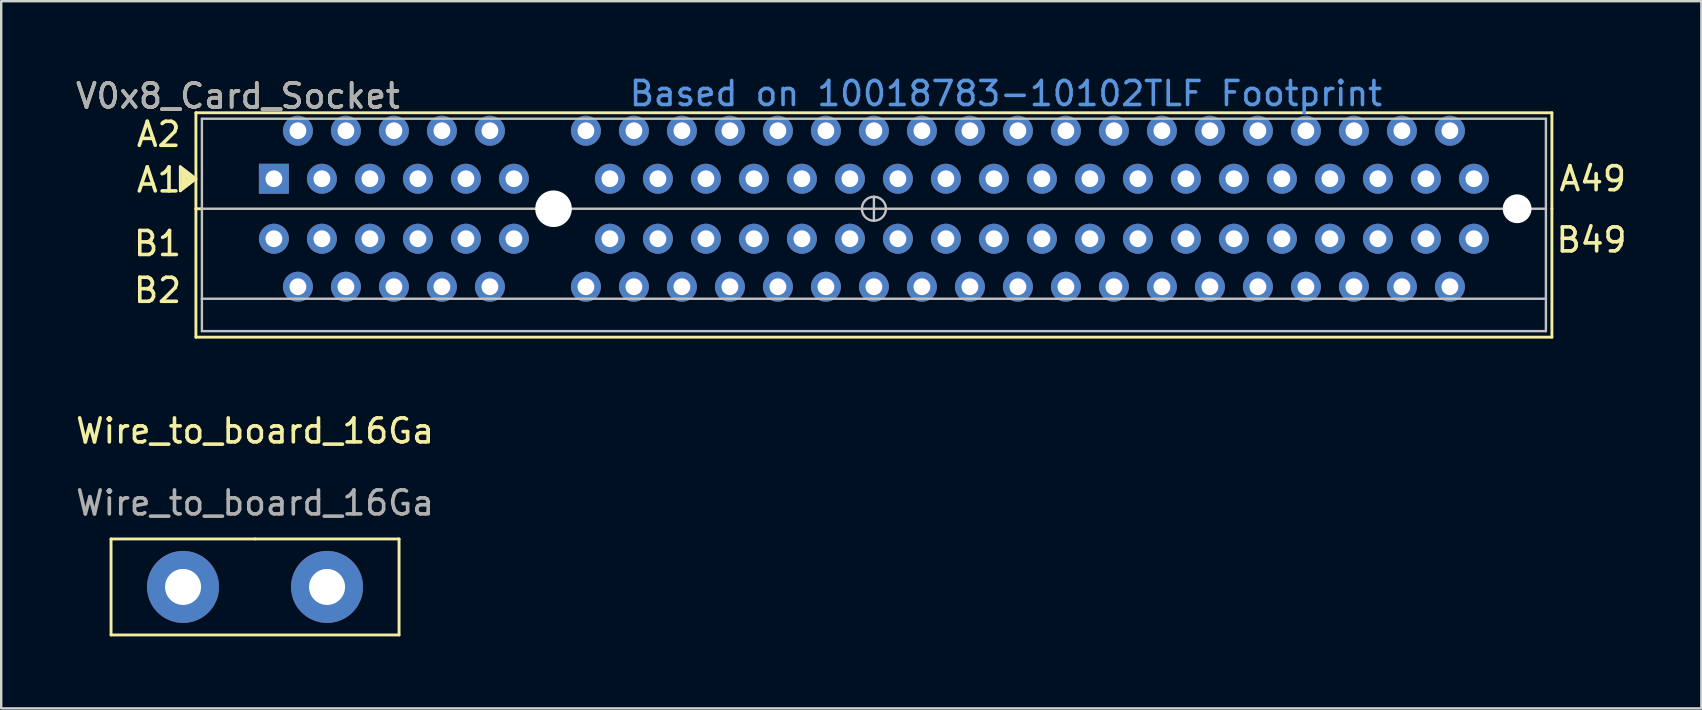
<source format=kicad_pcb>
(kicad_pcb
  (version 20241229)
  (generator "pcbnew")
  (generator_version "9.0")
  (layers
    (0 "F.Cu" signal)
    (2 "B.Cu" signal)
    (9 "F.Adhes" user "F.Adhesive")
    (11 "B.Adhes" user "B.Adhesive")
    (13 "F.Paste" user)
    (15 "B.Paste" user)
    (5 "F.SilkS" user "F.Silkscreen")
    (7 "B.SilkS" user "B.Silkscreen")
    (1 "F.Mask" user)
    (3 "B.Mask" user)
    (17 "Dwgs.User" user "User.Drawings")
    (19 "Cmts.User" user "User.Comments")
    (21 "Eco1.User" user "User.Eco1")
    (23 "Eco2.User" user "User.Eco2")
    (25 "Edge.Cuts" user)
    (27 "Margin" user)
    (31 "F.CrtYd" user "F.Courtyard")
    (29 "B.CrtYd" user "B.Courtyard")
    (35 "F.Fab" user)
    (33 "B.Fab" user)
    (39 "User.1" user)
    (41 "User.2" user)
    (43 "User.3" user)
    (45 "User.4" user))
  (footprint "V0x8_Card_Socket"
    (layer "F.Cu")
    (at 20.013 5.648)
    (property "Reference" "V0x8_Card_Socket" (at -13.15 -4.7 0) (unlocked yes) (layer "F.SilkS") (effects (font (size 1 1) (thickness 0.15))))
    (attr through_hole)
    (fp_line (start -15.55 -1.75) (end -15.55 -0.75) (stroke (width 0.12) (type solid)) (layer "F.SilkS"))
    (fp_line (start -15.55 -0.75) (end -14.9 -1.25) (stroke (width 0.12) (type solid)) (layer "F.SilkS"))
    (fp_line (start -15.45 -1.6) (end -15.05 -1.25) (stroke (width 0.12) (type solid)) (layer "F.SilkS"))
    (fp_line (start -15.45 -0.95) (end -15.45 -1.6) (stroke (width 0.12) (type solid)) (layer "F.SilkS"))
    (fp_line (start -15.45 -0.85) (end -15.35 -1.45) (stroke (width 0.12) (type solid)) (layer "F.SilkS"))
    (fp_line (start -15.35 -1.45) (end -15.2 -1.25) (stroke (width 0.12) (type solid)) (layer "F.SilkS"))
    (fp_line (start -15.35 -1.15) (end -15.35 -1.3) (stroke (width 0.12) (type solid)) (layer "F.SilkS"))
    (fp_line (start -15.2 -1.25) (end -15.35 -1.15) (stroke (width 0.12) (type solid)) (layer "F.SilkS"))
    (fp_line (start -15.05 -1.25) (end -15.45 -0.95) (stroke (width 0.12) (type solid)) (layer "F.SilkS"))
    (fp_line (start -14.9 -1.25) (end -15.55 -1.75) (stroke (width 0.12) (type solid)) (layer "F.SilkS"))
    (fp_line (start -14.9 0) (end -14.9 -4) (stroke (width 0.12) (type solid)) (layer "F.SilkS"))
    (fp_line (start -14.9 0) (end -14.9 5.35) (stroke (width 0.12) (type solid)) (layer "F.SilkS"))
    (fp_line (start -14.9 5.35) (end 41.6 5.35) (stroke (width 0.12) (type solid)) (layer "F.SilkS"))
    (fp_line (start -14.65 0) (end -14.9 0) (stroke (width 0.12) (type solid)) (layer "F.SilkS"))
    (fp_line (start 41.6 -4) (end -14.9 -4) (stroke (width 0.12) (type solid)) (layer "F.SilkS"))
    (fp_line (start 41.6 0) (end 41.6 -4) (stroke (width 0.12) (type solid)) (layer "F.SilkS"))
    (fp_line (start 41.6 5.35) (end 41.6 0) (stroke (width 0.12) (type solid)) (layer "F.SilkS"))
    (fp_line (start -14.65 -3.75) (end -14.65 0) (stroke (width 0.1) (type solid)) (layer "Dwgs.User"))
    (fp_line (start -14.65 0) (end -14.65 3.75) (stroke (width 0.1) (type solid)) (layer "Dwgs.User"))
    (fp_line (start -14.65 3.75) (end -14.65 5.1) (stroke (width 0.1) (type solid)) (layer "Dwgs.User"))
    (fp_line (start -14.65 3.75) (end 41.35 3.75) (stroke (width 0.1) (type solid)) (layer "Dwgs.User"))
    (fp_line (start -14.65 5.1) (end 41.35 5.1) (stroke (width 0.1) (type solid)) (layer "Dwgs.User"))
    (fp_line (start -0.15 0) (end -14.65 0) (stroke (width 0.1) (type solid)) (layer "Dwgs.User"))
    (fp_line (start -0.15 0) (end 41.35 0) (stroke (width 0.1) (type solid)) (layer "Dwgs.User"))
    (fp_line (start 13.35 0) (end 13.35 -0.5) (stroke (width 0.1) (type solid)) (layer "Dwgs.User"))
    (fp_line (start 13.35 0) (end 13.35 0.5) (stroke (width 0.1) (type solid)) (layer "Dwgs.User"))
    (fp_line (start 41.35 -3.75) (end -14.65 -3.75) (stroke (width 0.1) (type solid)) (layer "Dwgs.User"))
    (fp_line (start 41.35 0) (end 41.35 -3.75) (stroke (width 0.1) (type solid)) (layer "Dwgs.User"))
    (fp_line (start 41.35 3.75) (end 41.35 0) (stroke (width 0.1) (type solid)) (layer "Dwgs.User"))
    (fp_line (start 41.35 5.1) (end 41.35 3.75) (stroke (width 0.1) (type solid)) (layer "Dwgs.User"))
    (fp_circle (center 13.35 0) (end 13.85 0) (stroke (width 0.1) (type solid)) (fill no) (layer "Dwgs.User"))
    (fp_text user "A2" (at -16.45 -3.1 0) (unlocked yes) (layer "F.SilkS") (effects (font (size 1 1) (thickness 0.15))))
    (fp_text user "B2" (at -16.5 3.4 0) (unlocked yes) (layer "F.SilkS") (effects (font (size 1 1) (thickness 0.15))))
    (fp_text user "A1" (at -16.45 -1.2 0) (unlocked yes) (layer "F.SilkS") (effects (font (size 1 1) (thickness 0.15))))
    (fp_text user "A49" (at 43.3 -1.25 0) (unlocked yes) (layer "F.SilkS") (effects (font (size 1 1) (thickness 0.15))))
    (fp_text user "B49" (at 43.25 1.3 0) (unlocked yes) (layer "F.SilkS") (effects (font (size 1 1) (thickness 0.15))))
    (fp_text user "B1" (at -16.5 1.45 0) (unlocked yes) (layer "F.SilkS") (effects (font (size 1 1) (thickness 0.15))))
    (fp_text user "Based on 10018783-10102TLF Footprint" (at 18.85 -4.8 0) (unlocked yes) (layer "Cmts.User") (effects (font (size 1 1) (thickness 0.15))))
    (fp_text user "${REFERENCE}" (at -13.15 -4.7 0) (unlocked yes) (layer "F.Fab") (effects (font (size 1 1) (thickness 0.15))))
    (pad "" np_thru_hole circle (at 0 0) (size 1.524 1.524) (drill 2.35) (layers "*.Cu" "*.Mask"))
    (pad "" np_thru_hole circle (at 40.15 0) (size 1.2 1.2) (drill 2.35) (layers "*.Cu" "*.Mask"))
    (pad "+5V" thru_hole circle (at -3.65 1.25) (size 1.25 1.25) (drill 0.7) (layers "*.Cu" "*.Mask"))
    (pad "+5V" thru_hole circle (at -2.65 -3.25) (size 1.25 1.25) (drill 0.7) (layers "*.Cu" "*.Mask"))
    (pad "+5V" thru_hole circle (at -2.65 3.25) (size 1.25 1.25) (drill 0.7) (layers "*.Cu" "*.Mask"))
    (pad "+5V" thru_hole circle (at -1.65 -1.25) (size 1.25 1.25) (drill 0.7) (layers "*.Cu" "*.Mask"))
    (pad "+5V" thru_hole circle (at -1.65 1.25) (size 1.25 1.25) (drill 0.7) (layers "*.Cu" "*.Mask"))
    (pad "+12V" thru_hole rect (at -11.65 -1.25) (size 1.25 1.25) (drill 0.7) (layers "*.Cu" "*.Mask"))
    (pad "+12V" thru_hole circle (at -11.65 1.25) (size 1.25 1.25) (drill 0.7) (layers "*.Cu" "*.Mask"))
    (pad "+12V" thru_hole circle (at -10.65 -3.25) (size 1.25 1.25) (drill 0.7) (layers "*.Cu" "*.Mask"))
    (pad "+12V" thru_hole circle (at -10.65 3.25) (size 1.25 1.25) (drill 0.7) (layers "*.Cu" "*.Mask"))
    (pad "+12V" thru_hole circle (at -9.65 -1.25) (size 1.25 1.25) (drill 0.7) (layers "*.Cu" "*.Mask"))
    (pad "+12V" thru_hole circle (at -9.65 1.25) (size 1.25 1.25) (drill 0.7) (layers "*.Cu" "*.Mask"))
    (pad "3" thru_hole circle (at -7.65 1.25) (size 1.25 1.25) (drill 0.7) (layers "*.Cu" "*.Mask"))
    (pad "4" thru_hole circle (at -6.65 3.25) (size 1.25 1.25) (drill 0.7) (layers "*.Cu" "*.Mask"))
    (pad "5" thru_hole circle (at -5.65 -1.25) (size 1.25 1.25) (drill 0.7) (layers "*.Cu" "*.Mask"))
    (pad "6" thru_hole circle (at -4.65 -3.25) (size 1.25 1.25) (drill 0.7) (layers "*.Cu" "*.Mask"))
    (pad "7" thru_hole circle (at 19.35 3.25) (size 1.25 1.25) (drill 0.7) (layers "*.Cu" "*.Mask"))
    (pad "8" thru_hole circle (at 20.35 1.25) (size 1.25 1.25) (drill 0.7) (layers "*.Cu" "*.Mask"))
    (pad "9" thru_hole circle (at 6.35 1.25) (size 1.25 1.25) (drill 0.7) (layers "*.Cu" "*.Mask"))
    (pad "10" thru_hole circle (at 2.35 -1.25) (size 1.25 1.25) (drill 0.7) (layers "*.Cu" "*.Mask"))
    (pad "11" thru_hole circle (at 3.35 -3.25) (size 1.25 1.25) (drill 0.7) (layers "*.Cu" "*.Mask"))
    (pad "12" thru_hole circle (at 3.35 3.25) (size 1.25 1.25) (drill 0.7) (layers "*.Cu" "*.Mask"))
    (pad "13" thru_hole circle (at 4.35 1.25) (size 1.25 1.25) (drill 0.7) (layers "*.Cu" "*.Mask"))
    (pad "14" thru_hole circle (at 5.35 -3.25) (size 1.25 1.25) (drill 0.7) (layers "*.Cu" "*.Mask"))
    (pad "15" thru_hole circle (at 6.35 -1.25) (size 1.25 1.25) (drill 0.7) (layers "*.Cu" "*.Mask"))
    (pad "16" thru_hole circle (at 8.35 1.25) (size 1.25 1.25) (drill 0.7) (layers "*.Cu" "*.Mask"))
    (pad "17" thru_hole circle (at 9.35 3.25) (size 1.25 1.25) (drill 0.7) (layers "*.Cu" "*.Mask"))
    (pad "18" thru_hole circle (at 10.35 -1.25) (size 1.25 1.25) (drill 0.7) (layers "*.Cu" "*.Mask"))
    (pad "19" thru_hole circle (at 11.35 -3.25) (size 1.25 1.25) (drill 0.7) (layers "*.Cu" "*.Mask"))
    (pad "20" thru_hole circle (at 12.35 1.25) (size 1.25 1.25) (drill 0.7) (layers "*.Cu" "*.Mask"))
    (pad "21" thru_hole circle (at 13.35 3.25) (size 1.25 1.25) (drill 0.7) (layers "*.Cu" "*.Mask"))
    (pad "22" thru_hole circle (at 14.35 -1.25) (size 1.25 1.25) (drill 0.7) (layers "*.Cu" "*.Mask"))
    (pad "23" thru_hole circle (at 15.35 -3.25) (size 1.25 1.25) (drill 0.7) (layers "*.Cu" "*.Mask"))
    (pad "24" thru_hole circle (at 16.35 1.25) (size 1.25 1.25) (drill 0.7) (layers "*.Cu" "*.Mask"))
    (pad "25" thru_hole circle (at 17.35 3.25) (size 1.25 1.25) (drill 0.7) (layers "*.Cu" "*.Mask"))
    (pad "26" thru_hole circle (at 18.35 -1.25) (size 1.25 1.25) (drill 0.7) (layers "*.Cu" "*.Mask"))
    (pad "27" thru_hole circle (at 19.35 -3.25) (size 1.25 1.25) (drill 0.7) (layers "*.Cu" "*.Mask"))
    (pad "28" thru_hole circle (at 22.35 1.25) (size 1.25 1.25) (drill 0.7) (layers "*.Cu" "*.Mask"))
    (pad "29" thru_hole circle (at 23.35 3.25) (size 1.25 1.25) (drill 0.7) (layers "*.Cu" "*.Mask"))
    (pad "30" thru_hole circle (at 24.35 -1.25) (size 1.25 1.25) (drill 0.7) (layers "*.Cu" "*.Mask"))
    (pad "31" thru_hole circle (at 25.35 -3.25) (size 1.25 1.25) (drill 0.7) (layers "*.Cu" "*.Mask"))
    (pad "32" thru_hole circle (at 26.35 1.25) (size 1.25 1.25) (drill 0.7) (layers "*.Cu" "*.Mask"))
    (pad "33" thru_hole circle (at 27.35 3.25) (size 1.25 1.25) (drill 0.7) (layers "*.Cu" "*.Mask"))
    (pad "34" thru_hole circle (at 28.35 -1.25) (size 1.25 1.25) (drill 0.7) (layers "*.Cu" "*.Mask"))
    (pad "35" thru_hole circle (at 29.35 -3.25) (size 1.25 1.25) (drill 0.7) (layers "*.Cu" "*.Mask"))
    (pad "36" thru_hole circle (at 30.35 1.25) (size 1.25 1.25) (drill 0.7) (layers "*.Cu" "*.Mask"))
    (pad "37" thru_hole circle (at 31.35 3.25) (size 1.25 1.25) (drill 0.7) (layers "*.Cu" "*.Mask"))
    (pad "38" thru_hole circle (at 32.35 -1.25) (size 1.25 1.25) (drill 0.7) (layers "*.Cu" "*.Mask"))
    (pad "39" thru_hole circle (at 33.35 -3.25) (size 1.25 1.25) (drill 0.7) (layers "*.Cu" "*.Mask"))
    (pad "40" thru_hole circle (at 34.35 1.25) (size 1.25 1.25) (drill 0.7) (layers "*.Cu" "*.Mask"))
    (pad "41" thru_hole circle (at 35.35 3.25) (size 1.25 1.25) (drill 0.7) (layers "*.Cu" "*.Mask"))
    (pad "42" thru_hole circle (at 36.35 -1.25) (size 1.25 1.25) (drill 0.7) (layers "*.Cu" "*.Mask"))
    (pad "43" thru_hole circle (at 37.35 -3.25) (size 1.25 1.25) (drill 0.7) (layers "*.Cu" "*.Mask"))
    (pad "GND" thru_hole circle (at -8.65 -3.25) (size 1.25 1.25) (drill 0.7) (layers "*.Cu" "*.Mask"))
    (pad "GND" thru_hole circle (at -8.65 3.25) (size 1.25 1.25) (drill 0.7) (layers "*.Cu" "*.Mask"))
    (pad "GND" thru_hole circle (at -7.65 -1.25) (size 1.25 1.25) (drill 0.7) (layers "*.Cu" "*.Mask"))
    (pad "GND" thru_hole circle (at -6.65 -3.25) (size 1.25 1.25) (drill 0.7) (layers "*.Cu" "*.Mask"))
    (pad "GND" thru_hole circle (at -5.65 1.25) (size 1.25 1.25) (drill 0.7) (layers "*.Cu" "*.Mask"))
    (pad "GND" thru_hole circle (at -4.65 3.25) (size 1.25 1.25) (drill 0.7) (layers "*.Cu" "*.Mask"))
    (pad "GND" thru_hole circle (at -3.65 -1.25) (size 1.25 1.25) (drill 0.7) (layers "*.Cu" "*.Mask"))
    (pad "GND" thru_hole circle (at 1.35 -3.25) (size 1.25 1.25) (drill 0.7) (layers "*.Cu" "*.Mask"))
    (pad "GND" thru_hole circle (at 2.35 1.25) (size 1.25 1.25) (drill 0.7) (layers "*.Cu" "*.Mask"))
    (pad "GND" thru_hole circle (at 4.35 -1.25) (size 1.25 1.25) (drill 0.7) (layers "*.Cu" "*.Mask"))
    (pad "GND" thru_hole circle (at 5.35 3.25) (size 1.25 1.25) (drill 0.7) (layers "*.Cu" "*.Mask"))
    (pad "GND" thru_hole circle (at 7.35 -3.25) (size 1.25 1.25) (drill 0.7) (layers "*.Cu" "*.Mask"))
    (pad "GND" thru_hole circle (at 7.35 3.25) (size 1.25 1.25) (drill 0.7) (layers "*.Cu" "*.Mask"))
    (pad "GND" thru_hole circle (at 8.35 -1.25) (size 1.25 1.25) (drill 0.7) (layers "*.Cu" "*.Mask"))
    (pad "GND" thru_hole circle (at 9.35 -3.25) (size 1.25 1.25) (drill 0.7) (layers "*.Cu" "*.Mask"))
    (pad "GND" thru_hole circle (at 10.35 1.25) (size 1.25 1.25) (drill 0.7) (layers "*.Cu" "*.Mask"))
    (pad "GND" thru_hole circle (at 11.35 3.25) (size 1.25 1.25) (drill 0.7) (layers "*.Cu" "*.Mask"))
    (pad "GND" thru_hole circle (at 12.35 -1.25) (size 1.25 1.25) (drill 0.7) (layers "*.Cu" "*.Mask"))
    (pad "GND" thru_hole circle (at 13.35 -3.25) (size 1.25 1.25) (drill 0.7) (layers "*.Cu" "*.Mask"))
    (pad "GND" thru_hole circle (at 14.35 1.25) (size 1.25 1.25) (drill 0.7) (layers "*.Cu" "*.Mask"))
    (pad "GND" thru_hole circle (at 15.35 3.25) (size 1.25 1.25) (drill 0.7) (layers "*.Cu" "*.Mask"))
    (pad "GND" thru_hole circle (at 16.35 -1.25) (size 1.25 1.25) (drill 0.7) (layers "*.Cu" "*.Mask"))
    (pad "GND" thru_hole circle (at 17.35 -3.25) (size 1.25 1.25) (drill 0.7) (layers "*.Cu" "*.Mask"))
    (pad "GND" thru_hole circle (at 18.35 1.25) (size 1.25 1.25) (drill 0.7) (layers "*.Cu" "*.Mask"))
    (pad "GND" thru_hole circle (at 20.35 -1.25) (size 1.25 1.25) (drill 0.7) (layers "*.Cu" "*.Mask"))
    (pad "GND" thru_hole circle (at 21.35 -3.25) (size 1.25 1.25) (drill 0.7) (layers "*.Cu" "*.Mask"))
    (pad "GND" thru_hole circle (at 21.35 3.25) (size 1.25 1.25) (drill 0.7) (layers "*.Cu" "*.Mask"))
    (pad "GND" thru_hole circle (at 22.35 -1.25) (size 1.25 1.25) (drill 0.7) (layers "*.Cu" "*.Mask"))
    (pad "GND" thru_hole circle (at 23.35 -3.25) (size 1.25 1.25) (drill 0.7) (layers "*.Cu" "*.Mask"))
    (pad "GND" thru_hole circle (at 24.35 1.25) (size 1.25 1.25) (drill 0.7) (layers "*.Cu" "*.Mask"))
    (pad "GND" thru_hole circle (at 25.35 3.25) (size 1.25 1.25) (drill 0.7) (layers "*.Cu" "*.Mask"))
    (pad "GND" thru_hole circle (at 26.35 -1.25) (size 1.25 1.25) (drill 0.7) (layers "*.Cu" "*.Mask"))
    (pad "GND" thru_hole circle (at 27.35 -3.25) (size 1.25 1.25) (drill 0.7) (layers "*.Cu" "*.Mask"))
    (pad "GND" thru_hole circle (at 28.35 1.25) (size 1.25 1.25) (drill 0.7) (layers "*.Cu" "*.Mask"))
    (pad "GND" thru_hole circle (at 29.35 3.25) (size 1.25 1.25) (drill 0.7) (layers "*.Cu" "*.Mask"))
    (pad "GND" thru_hole circle (at 30.35 -1.25) (size 1.25 1.25) (drill 0.7) (layers "*.Cu" "*.Mask"))
    (pad "GND" thru_hole circle (at 31.35 -3.25) (size 1.25 1.25) (drill 0.7) (layers "*.Cu" "*.Mask"))
    (pad "GND" thru_hole circle (at 32.35 1.25) (size 1.25 1.25) (drill 0.7) (layers "*.Cu" "*.Mask"))
    (pad "GND" thru_hole circle (at 33.35 3.25) (size 1.25 1.25) (drill 0.7) (layers "*.Cu" "*.Mask"))
    (pad "GND" thru_hole circle (at 34.35 -1.25) (size 1.25 1.25) (drill 0.7) (layers "*.Cu" "*.Mask"))
    (pad "GND" thru_hole circle (at 35.35 -3.25) (size 1.25 1.25) (drill 0.7) (layers "*.Cu" "*.Mask"))
    (pad "GND" thru_hole circle (at 36.35 1.25) (size 1.25 1.25) (drill 0.7) (layers "*.Cu" "*.Mask"))
    (pad "GND" thru_hole circle (at 37.35 3.25) (size 1.25 1.25) (drill 0.7) (layers "*.Cu" "*.Mask"))
    (pad "GND" thru_hole circle (at 38.35 -1.25) (size 1.25 1.25) (drill 0.7) (layers "*.Cu" "*.Mask"))
    (pad "GND" thru_hole circle (at 38.35 1.25) (size 1.25 1.25) (drill 0.7) (layers "*.Cu" "*.Mask"))
    (pad "RES" thru_hole circle (at 1.35 3.25) (size 1.25 1.25) (drill 0.7) (layers "*.Cu" "*.Mask")))
  (footprint "Wire_to_board_16Ga"
    (layer "F.Cu")
    (at 7.577 15.406)
    (property "Reference" "Wire_to_board_16Ga" (at 0 -0.5 0) (unlocked yes) (layer "F.SilkS") (effects (font (size 1 1) (thickness 0.15))))
    (attr through_hole)
    (fp_line (start -6 4) (end 0 4) (stroke (width 0.12) (type solid)) (layer "F.SilkS"))
    (fp_line (start -6 8) (end -6 4) (stroke (width 0.12) (type solid)) (layer "F.SilkS"))
    (fp_line (start 0 4) (end 6 4) (stroke (width 0.12) (type solid)) (layer "F.SilkS"))
    (fp_line (start 6 4) (end 6 8) (stroke (width 0.12) (type solid)) (layer "F.SilkS"))
    (fp_line (start 6 8) (end -6 8) (stroke (width 0.12) (type solid)) (layer "F.SilkS"))
    (fp_text user "${REFERENCE}" (at 0 2.5 0) (unlocked yes) (layer "F.Fab") (effects (font (size 1 1) (thickness 0.15))))
    (pad "1" thru_hole circle (at -3 6) (size 3 3) (drill 1.5) (layers "*.Cu" "*.Mask"))
    (pad "2" thru_hole circle (at 3 6) (size 3 3) (drill 1.5) (layers "*.Cu" "*.Mask")))
  (gr_rect
    (start -3 -3)
    (end 67.84 26.466)
    (stroke (width 0.1) (type default))
    (fill no)
    (layer "Edge.Cuts")))
</source>
